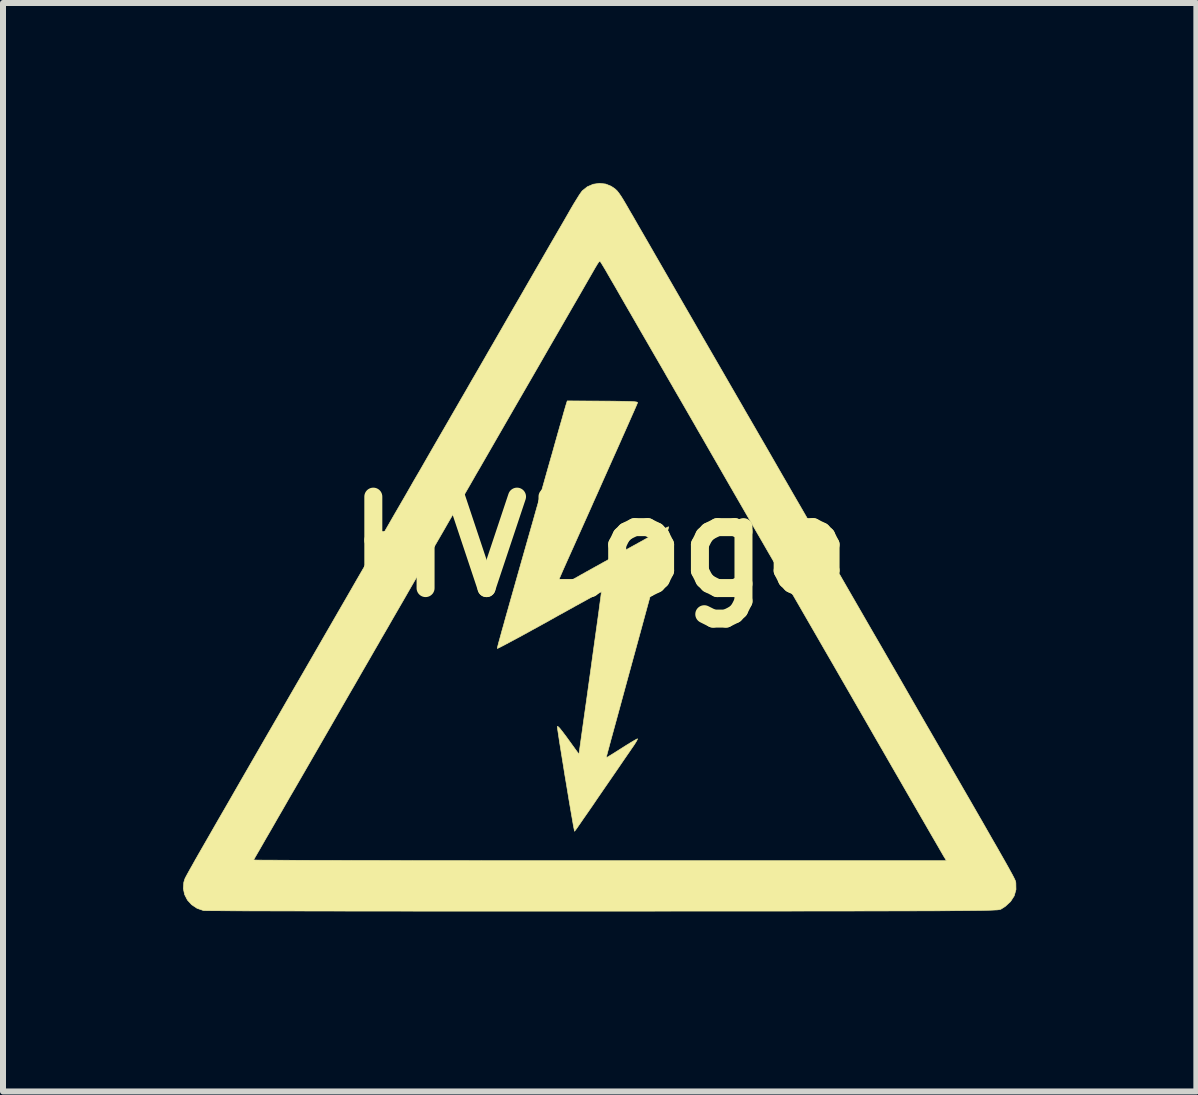
<source format=kicad_pcb>
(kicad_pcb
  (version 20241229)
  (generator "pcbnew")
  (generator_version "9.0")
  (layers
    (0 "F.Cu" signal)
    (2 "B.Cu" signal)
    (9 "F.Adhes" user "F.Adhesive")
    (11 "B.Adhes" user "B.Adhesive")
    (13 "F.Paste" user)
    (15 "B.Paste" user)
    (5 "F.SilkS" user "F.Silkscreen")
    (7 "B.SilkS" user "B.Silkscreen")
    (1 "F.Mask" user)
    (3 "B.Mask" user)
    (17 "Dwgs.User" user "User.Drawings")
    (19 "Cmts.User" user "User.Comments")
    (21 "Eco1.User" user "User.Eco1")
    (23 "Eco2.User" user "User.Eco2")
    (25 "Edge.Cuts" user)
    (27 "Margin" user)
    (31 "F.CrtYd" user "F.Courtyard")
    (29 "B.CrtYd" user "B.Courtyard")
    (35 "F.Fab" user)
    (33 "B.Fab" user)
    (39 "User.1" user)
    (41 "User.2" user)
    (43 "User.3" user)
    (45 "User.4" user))
  (footprint "HVLogo"
    (layer "F.Cu")
    (at 6.945 6.061)
    (property "Reference" "HVLogo" (at 0 0 0) (layer "F.SilkS") (effects (font (size 1.524 1.524) (thickness 0.3))))
    (attr through_hole)
    (fp_poly (pts (xy 0.046 -2.427) (xy 0.208 -2.426) (xy 0.338 -2.424) (xy 0.44 -2.422) (xy 0.517 -2.42) (xy 0.572 -2.417) (xy 0.607 -2.413) (xy 0.625 -2.408) (xy 0.63 -2.402) (xy 0.63 -2.401) (xy 0.622 -2.381) (xy 0.602 -2.334) (xy 0.571 -2.263) (xy 0.53 -2.171) (xy 0.482 -2.062) (xy 0.428 -1.94) (xy 0.369 -1.808) (xy 0.356 -1.778) (xy 0.284 -1.616) (xy 0.205 -1.44) (xy 0.123 -1.256) (xy 0.042 -1.075) (xy -0.034 -0.903) (xy -0.103 -0.75) (xy -0.135 -0.677) (xy -0.202 -0.527) (xy -0.276 -0.362) (xy -0.353 -0.19) (xy -0.428 -0.022) (xy -0.498 0.134) (xy -0.554 0.259) (xy -0.604 0.371) (xy -0.649 0.474) (xy -0.687 0.562) (xy -0.717 0.631) (xy -0.736 0.679) (xy -0.743 0.7) (xy -0.743 0.701) (xy -0.727 0.694) (xy -0.686 0.673) (xy -0.622 0.639) (xy -0.541 0.595) (xy -0.445 0.543) (xy -0.338 0.484) (xy -0.322 0.474) (xy -0.074 0.336) (xy 0.146 0.214) (xy 0.339 0.106) (xy 0.507 0.013) (xy 0.652 -0.067) (xy 0.774 -0.135) (xy 0.876 -0.192) (xy 0.96 -0.237) (xy 1.026 -0.273) (xy 1.076 -0.299) (xy 1.111 -0.317) (xy 1.134 -0.328) (xy 1.145 -0.332) (xy 1.147 -0.332) (xy 1.146 -0.323) (xy 1.14 -0.298) (xy 1.129 -0.255) (xy 1.114 -0.194) (xy 1.093 -0.114) (xy 1.066 -0.014) (xy 1.034 0.108) (xy 0.995 0.251) (xy 0.95 0.418) (xy 0.898 0.608) (xy 0.84 0.824) (xy 0.774 1.065) (xy 0.701 1.334) (xy 0.62 1.63) (xy 0.531 1.955) (xy 0.434 2.31) (xy 0.329 2.696) (xy 0.215 3.113) (xy 0.212 3.124) (xy 0.182 3.233) (xy 0.156 3.331) (xy 0.134 3.412) (xy 0.118 3.473) (xy 0.109 3.509) (xy 0.108 3.517) (xy 0.122 3.509) (xy 0.161 3.486) (xy 0.218 3.451) (xy 0.291 3.405) (xy 0.362 3.36) (xy 0.444 3.308) (xy 0.517 3.263) (xy 0.575 3.229) (xy 0.614 3.207) (xy 0.628 3.2) (xy 0.626 3.213) (xy 0.608 3.247) (xy 0.577 3.297) (xy 0.553 3.332) (xy 0.524 3.374) (xy 0.478 3.441) (xy 0.418 3.528) (xy 0.347 3.632) (xy 0.267 3.749) (xy 0.18 3.875) (xy 0.09 4.006) (xy 0.05 4.064) (xy -0.038 4.192) (xy -0.12 4.313) (xy -0.196 4.423) (xy -0.263 4.519) (xy -0.318 4.599) (xy -0.359 4.658) (xy -0.384 4.695) (xy -0.391 4.704) (xy -0.42 4.742) (xy -0.43 4.695) (xy -0.44 4.645) (xy -0.453 4.569) (xy -0.47 4.471) (xy -0.49 4.355) (xy -0.512 4.226) (xy -0.535 4.086) (xy -0.559 3.941) (xy -0.584 3.793) (xy -0.607 3.647) (xy -0.63 3.506) (xy -0.651 3.375) (xy -0.67 3.257) (xy -0.685 3.157) (xy -0.697 3.077) (xy -0.705 3.023) (xy -0.708 2.997) (xy -0.708 2.996) (xy -0.697 2.996) (xy -0.667 3.025) (xy -0.621 3.083) (xy -0.556 3.169) (xy -0.525 3.212) (xy -0.347 3.458) (xy -0.3 3.122) (xy -0.259 2.828) (xy -0.219 2.547) (xy -0.182 2.28) (xy -0.147 2.029) (xy -0.115 1.795) (xy -0.085 1.58) (xy -0.058 1.386) (xy -0.034 1.215) (xy -0.014 1.068) (xy 0.002 0.946) (xy 0.015 0.853) (xy 0.023 0.788) (xy 0.028 0.755) (xy 0.028 0.75) (xy 0.013 0.758) (xy -0.029 0.78) (xy -0.095 0.817) (xy -0.183 0.865) (xy -0.29 0.924) (xy -0.414 0.992) (xy -0.552 1.069) (xy -0.701 1.151) (xy -0.838 1.228) (xy -0.995 1.315) (xy -1.143 1.396) (xy -1.279 1.471) (xy -1.401 1.537) (xy -1.506 1.593) (xy -1.592 1.639) (xy -1.656 1.672) (xy -1.695 1.691) (xy -1.707 1.695) (xy -1.707 1.69) (xy -1.705 1.679) (xy -1.701 1.661) (xy -1.694 1.634) (xy -1.684 1.595) (xy -1.67 1.545) (xy -1.652 1.48) (xy -1.63 1.399) (xy -1.602 1.301) (xy -1.57 1.184) (xy -1.531 1.047) (xy -1.486 0.887) (xy -1.434 0.704) (xy -1.375 0.495) (xy -1.308 0.259) (xy -1.233 -0.005) (xy -1.149 -0.3) (xy -1.109 -0.44) (xy -1.058 -0.622) (xy -1.002 -0.817) (xy -0.945 -1.018) (xy -0.889 -1.217) (xy -0.835 -1.408) (xy -0.785 -1.582) (xy -0.743 -1.733) (xy -0.735 -1.761) (xy -0.697 -1.896) (xy -0.661 -2.023) (xy -0.628 -2.136) (xy -0.601 -2.233) (xy -0.579 -2.309) (xy -0.564 -2.36) (xy -0.558 -2.379) (xy -0.542 -2.43) (xy 0.046 -2.427)) (stroke (width 0.01) (type solid)) (fill yes) (layer "F.SilkS"))
    (fp_poly (pts (xy 0.1 -6.044) (xy 0.186 -6.009) (xy 0.224 -5.985) (xy 0.257 -5.961) (xy 0.288 -5.932) (xy 0.319 -5.893) (xy 0.355 -5.841) (xy 0.398 -5.772) (xy 0.452 -5.68) (xy 0.5 -5.596) (xy 0.553 -5.506) (xy 0.618 -5.392) (xy 0.692 -5.264) (xy 0.772 -5.126) (xy 0.852 -4.987) (xy 0.929 -4.853) (xy 0.94 -4.834) (xy 1.161 -4.451) (xy 1.365 -4.097) (xy 1.553 -3.772) (xy 1.723 -3.476) (xy 1.877 -3.21) (xy 2.014 -2.973) (xy 2.134 -2.765) (xy 2.237 -2.587) (xy 2.323 -2.438) (xy 2.362 -2.371) (xy 2.419 -2.271) (xy 2.491 -2.147) (xy 2.574 -2.004) (xy 2.665 -1.846) (xy 2.762 -1.679) (xy 2.861 -1.507) (xy 2.96 -1.335) (xy 3.056 -1.168) (xy 3.115 -1.067) (xy 3.189 -0.938) (xy 3.278 -0.784) (xy 3.38 -0.608) (xy 3.494 -0.41) (xy 3.618 -0.194) (xy 3.752 0.038) (xy 3.895 0.285) (xy 4.044 0.544) (xy 4.199 0.813) (xy 4.359 1.09) (xy 4.522 1.373) (xy 4.688 1.659) (xy 4.854 1.947) (xy 5.001 2.201) (xy 5.213 2.57) (xy 5.409 2.91) (xy 5.59 3.223) (xy 5.756 3.51) (xy 5.907 3.772) (xy 6.045 4.011) (xy 6.17 4.227) (xy 6.282 4.422) (xy 6.383 4.597) (xy 6.472 4.753) (xy 6.551 4.891) (xy 6.621 5.012) (xy 6.681 5.118) (xy 6.733 5.209) (xy 6.777 5.287) (xy 6.814 5.353) (xy 6.844 5.408) (xy 6.869 5.453) (xy 6.888 5.489) (xy 6.903 5.518) (xy 6.914 5.541) (xy 6.922 5.558) (xy 6.927 5.571) (xy 6.93 5.581) (xy 6.932 5.589) (xy 6.933 5.597) (xy 6.934 5.605) (xy 6.936 5.714) (xy 6.907 5.818) (xy 6.847 5.912) (xy 6.758 5.994) (xy 6.689 6.038) (xy 6.683 6.041) (xy 6.676 6.044) (xy 6.666 6.046) (xy 6.653 6.048) (xy 6.636 6.051) (xy 6.613 6.053) (xy 6.584 6.054) (xy 6.547 6.056) (xy 6.501 6.058) (xy 6.446 6.059) (xy 6.381 6.061) (xy 6.304 6.062) (xy 6.215 6.063) (xy 6.113 6.064) (xy 5.995 6.065) (xy 5.863 6.066) (xy 5.714 6.067) (xy 5.547 6.068) (xy 5.362 6.068) (xy 5.158 6.069) (xy 4.933 6.069) (xy 4.686 6.07) (xy 4.417 6.07) (xy 4.125 6.071) (xy 3.808 6.071) (xy 3.466 6.071) (xy 3.097 6.072) (xy 2.701 6.072) (xy 2.276 6.072) (xy 1.822 6.072) (xy 1.337 6.072) (xy 0.821 6.073) (xy 0.273 6.073) (xy 0.042 6.073) (xy -0.429 6.073) (xy -0.891 6.073) (xy -1.344 6.073) (xy -1.786 6.073) (xy -2.217 6.073) (xy -2.634 6.073) (xy -3.037 6.073) (xy -3.425 6.072) (xy -3.796 6.072) (xy -4.15 6.072) (xy -4.484 6.071) (xy -4.799 6.071) (xy -5.092 6.07) (xy -5.363 6.07) (xy -5.611 6.069) (xy -5.833 6.069) (xy -6.03 6.068) (xy -6.2 6.067) (xy -6.342 6.066) (xy -6.455 6.066) (xy -6.537 6.065) (xy -6.587 6.064) (xy -6.604 6.063) (xy -6.711 6.026) (xy -6.801 5.966) (xy -6.872 5.888) (xy -6.919 5.796) (xy -6.94 5.695) (xy -6.932 5.592) (xy -6.915 5.537) (xy -6.911 5.527) (xy -6.903 5.511) (xy -6.891 5.489) (xy -6.875 5.459) (xy -6.854 5.421) (xy -6.828 5.374) (xy -6.795 5.316) (xy -6.756 5.246) (xy -6.741 5.22) (xy -5.769 5.22) (xy -5.753 5.221) (xy -5.704 5.222) (xy -5.624 5.223) (xy -5.513 5.223) (xy -5.374 5.224) (xy -5.207 5.225) (xy -5.013 5.226) (xy -4.794 5.227) (xy -4.551 5.227) (xy -4.285 5.228) (xy -3.998 5.229) (xy -3.69 5.229) (xy -3.363 5.23) (xy -3.018 5.231) (xy -2.657 5.231) (xy -2.28 5.231) (xy -1.888 5.232) (xy -1.484 5.232) (xy -1.067 5.232) (xy -0.641 5.232) (xy -0.205 5.232) (xy 0.000382 5.232) (xy 5.777 5.232) (xy 5.744 5.177) (xy 5.729 5.153) (xy 5.699 5.101) (xy 5.654 5.023) (xy 5.595 4.921) (xy 5.523 4.797) (xy 5.439 4.651) (xy 5.344 4.487) (xy 5.239 4.305) (xy 5.125 4.108) (xy 5.003 3.896) (xy 4.874 3.673) (xy 4.739 3.438) (xy 4.599 3.196) (xy 4.455 2.945) (xy 4.308 2.69) (xy 4.159 2.431) (xy 4.051 2.244) (xy 3.898 1.978) (xy 3.752 1.726) (xy 3.611 1.481) (xy 3.47 1.237) (xy 3.327 0.989) (xy 3.177 0.73) (xy 3.018 0.454) (xy 2.846 0.156) (xy 2.819 0.11) (xy 2.708 -0.083) (xy 2.586 -0.293) (xy 2.458 -0.515) (xy 2.326 -0.744) (xy 2.193 -0.974) (xy 2.063 -1.2) (xy 1.938 -1.417) (xy 1.821 -1.62) (xy 1.716 -1.803) (xy 1.637 -1.939) (xy 1.564 -2.067) (xy 1.478 -2.216) (xy 1.384 -2.379) (xy 1.287 -2.546) (xy 1.192 -2.711) (xy 1.103 -2.865) (xy 1.076 -2.913) (xy 0.989 -3.063) (xy 0.89 -3.234) (xy 0.785 -3.416) (xy 0.677 -3.602) (xy 0.573 -3.783) (xy 0.477 -3.949) (xy 0.44 -4.013) (xy 0.344 -4.18) (xy 0.264 -4.32) (xy 0.197 -4.435) (xy 0.143 -4.528) (xy 0.101 -4.602) (xy 0.068 -4.657) (xy 0.043 -4.698) (xy 0.026 -4.726) (xy 0.014 -4.744) (xy 0.006 -4.753) (xy 0.001 -4.757) (xy -0.002 -4.758) (xy -0.003 -4.758) (xy -0.016 -4.745) (xy -0.041 -4.708) (xy -0.073 -4.655) (xy -0.089 -4.627) (xy -0.113 -4.585) (xy -0.152 -4.517) (xy -0.204 -4.427) (xy -0.266 -4.319) (xy -0.336 -4.197) (xy -0.413 -4.064) (xy -0.494 -3.924) (xy -0.55 -3.827) (xy -0.694 -3.577) (xy -0.855 -3.299) (xy -1.032 -2.991) (xy -1.226 -2.655) (xy -1.437 -2.29) (xy -1.663 -1.898) (xy -1.905 -1.478) (xy -2.015 -1.287) (xy -2.05 -1.228) (xy -2.099 -1.142) (xy -2.162 -1.032) (xy -2.237 -0.902) (xy -2.322 -0.755) (xy -2.416 -0.592) (xy -2.517 -0.418) (xy -2.622 -0.235) (xy -2.732 -0.045) (xy -2.843 0.147) (xy -2.954 0.34) (xy -3.063 0.529) (xy -3.17 0.714) (xy -3.271 0.89) (xy -3.366 1.054) (xy -3.453 1.204) (xy -3.529 1.337) (xy -3.594 1.449) (xy -3.598 1.456) (xy -3.638 1.524) (xy -3.69 1.616) (xy -3.754 1.726) (xy -3.824 1.848) (xy -3.899 1.978) (xy -3.975 2.109) (xy -4.008 2.167) (xy -4.082 2.296) (xy -4.17 2.447) (xy -4.266 2.614) (xy -4.368 2.791) (xy -4.471 2.97) (xy -4.572 3.145) (xy -4.667 3.31) (xy -4.682 3.336) (xy -4.806 3.551) (xy -4.915 3.74) (xy -5.011 3.906) (xy -5.096 4.053) (xy -5.172 4.183) (xy -5.24 4.302) (xy -5.302 4.41) (xy -5.362 4.513) (xy -5.419 4.613) (xy -5.477 4.714) (xy -5.538 4.819) (xy -5.562 4.86) (xy -5.618 4.958) (xy -5.669 5.047) (xy -5.712 5.121) (xy -5.745 5.178) (xy -5.764 5.212) (xy -5.769 5.22) (xy -6.741 5.22) (xy -6.709 5.163) (xy -6.654 5.067) (xy -6.59 4.956) (xy -6.517 4.829) (xy -6.434 4.684) (xy -6.341 4.522) (xy -6.236 4.341) (xy -6.12 4.139) (xy -5.992 3.916) (xy -5.85 3.67) (xy -5.695 3.401) (xy -5.526 3.108) (xy -5.341 2.789) (xy -5.142 2.443) (xy -4.926 2.07) (xy -4.821 1.888) (xy -4.702 1.682) (xy -4.583 1.475) (xy -4.465 1.271) (xy -4.351 1.073) (xy -4.242 0.885) (xy -4.14 0.708) (xy -4.047 0.546) (xy -3.964 0.403) (xy -3.893 0.28) (xy -3.837 0.182) (xy -3.81 0.135) (xy -3.759 0.047) (xy -3.694 -0.066) (xy -3.616 -0.201) (xy -3.527 -0.355) (xy -3.43 -0.524) (xy -3.325 -0.705) (xy -3.215 -0.895) (xy -3.103 -1.091) (xy -2.988 -1.288) (xy -2.875 -1.485) (xy -2.764 -1.678) (xy -2.657 -1.863) (xy -2.556 -2.037) (xy -2.464 -2.197) (xy -2.381 -2.34) (xy -2.311 -2.462) (xy -2.254 -2.56) (xy -2.225 -2.61) (xy -2.19 -2.671) (xy -2.141 -2.757) (xy -2.079 -2.863) (xy -2.008 -2.986) (xy -1.93 -3.121) (xy -1.848 -3.264) (xy -1.764 -3.409) (xy -1.722 -3.482) (xy -1.578 -3.732) (xy -1.441 -3.97) (xy -1.311 -4.194) (xy -1.191 -4.403) (xy -1.081 -4.594) (xy -0.982 -4.765) (xy -0.896 -4.914) (xy -0.824 -5.039) (xy -0.766 -5.139) (xy -0.731 -5.199) (xy -0.69 -5.27) (xy -0.637 -5.361) (xy -0.578 -5.463) (xy -0.519 -5.566) (xy -0.487 -5.622) (xy -0.435 -5.711) (xy -0.385 -5.792) (xy -0.342 -5.861) (xy -0.308 -5.91) (xy -0.291 -5.932) (xy -0.207 -5.999) (xy -0.109 -6.041) (xy -0.004 -6.056) (xy 0.1 -6.044)) (stroke (width 0.01) (type solid)) (fill yes) (layer "F.SilkS")))
  (gr_rect
    (start -3 -3)
    (end 16.887 15.139)
    (stroke (width 0.1) (type default))
    (fill no)
    (layer "Edge.Cuts")))
</source>
